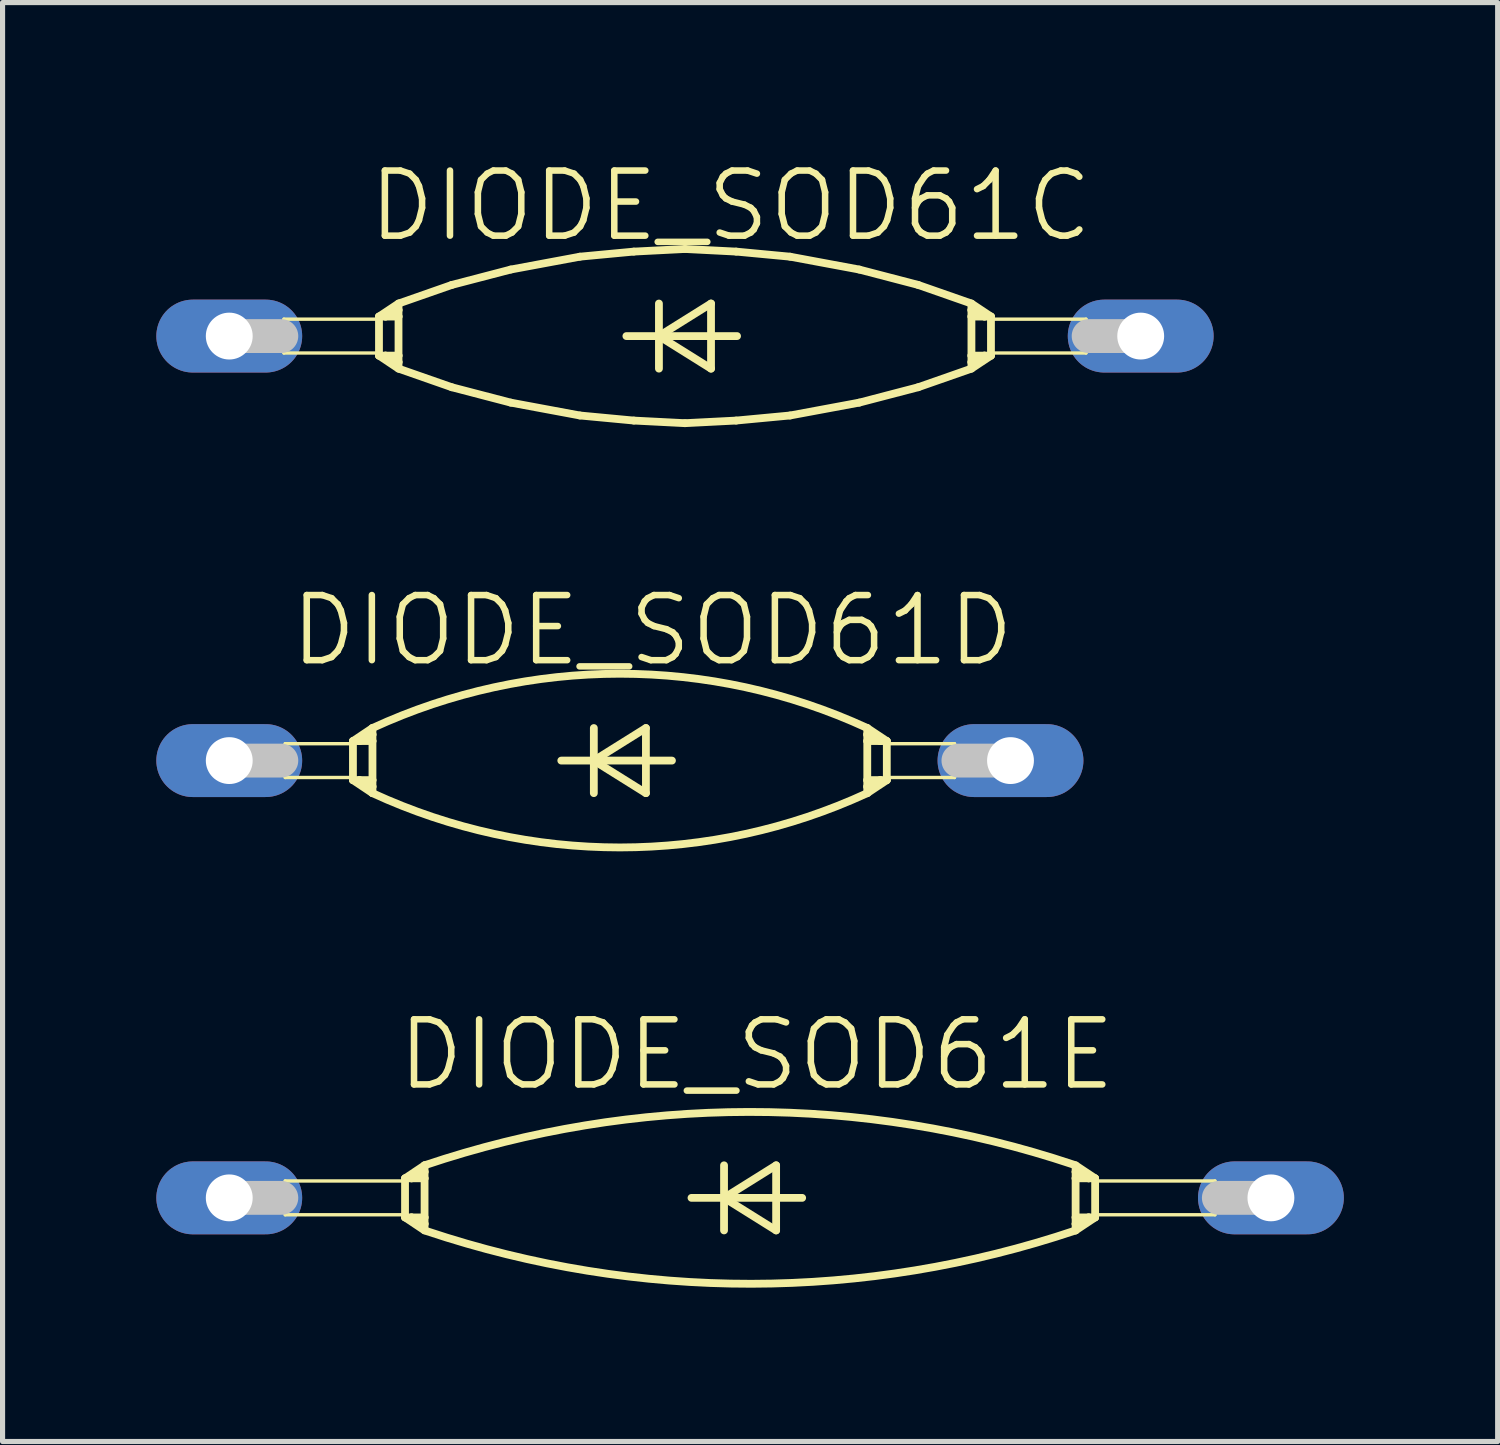
<source format=kicad_pcb>
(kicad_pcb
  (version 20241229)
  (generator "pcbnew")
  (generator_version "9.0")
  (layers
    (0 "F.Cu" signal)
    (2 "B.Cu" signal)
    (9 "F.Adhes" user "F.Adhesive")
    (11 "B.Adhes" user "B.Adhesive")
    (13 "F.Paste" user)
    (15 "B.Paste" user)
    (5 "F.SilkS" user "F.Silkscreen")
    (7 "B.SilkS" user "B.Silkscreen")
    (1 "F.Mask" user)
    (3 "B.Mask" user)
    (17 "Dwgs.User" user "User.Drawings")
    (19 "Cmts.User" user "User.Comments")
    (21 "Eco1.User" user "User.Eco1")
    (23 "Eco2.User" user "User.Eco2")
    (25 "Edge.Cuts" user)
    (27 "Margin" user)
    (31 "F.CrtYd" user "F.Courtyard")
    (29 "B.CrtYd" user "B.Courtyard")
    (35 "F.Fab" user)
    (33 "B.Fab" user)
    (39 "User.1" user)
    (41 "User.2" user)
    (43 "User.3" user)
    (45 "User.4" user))
  (footprint "DIODE_SOD61D"
    (layer "F.Cu")
    (at 9.042 11.787)
    (property "Reference" "DIODE_SOD61D" (at 0.635 -2.54 0) (layer "F.SilkS") (effects (font (size 1.27 1.27) (thickness 0.127))))
    (attr exclude_from_pos_files exclude_from_bom)
    (fp_line (start -6.528 -0.33) (end -5.207 -0.33) (stroke (width 0.066) (type solid)) (layer "F.SilkS"))
    (fp_line (start -6.528 0.33) (end -6.528 -0.33) (stroke (width 0.066) (type solid)) (layer "F.SilkS"))
    (fp_line (start -6.528 0.33) (end -5.207 0.33) (stroke (width 0.066) (type solid)) (layer "F.SilkS"))
    (fp_line (start -5.207 -0.381) (end -5.207 0.381) (stroke (width 0.152) (type solid)) (layer "F.SilkS"))
    (fp_line (start -5.207 -0.381) (end -5.08 -0.381) (stroke (width 0.152) (type solid)) (layer "F.SilkS"))
    (fp_line (start -5.207 -0.381) (end -4.826 -0.381) (stroke (width 0.066) (type solid)) (layer "F.SilkS"))
    (fp_line (start -5.207 0.33) (end -5.207 -0.33) (stroke (width 0.066) (type solid)) (layer "F.SilkS"))
    (fp_line (start -5.207 0.381) (end -5.207 -0.381) (stroke (width 0.066) (type solid)) (layer "F.SilkS"))
    (fp_line (start -5.207 0.381) (end -5.08 0.381) (stroke (width 0.152) (type solid)) (layer "F.SilkS"))
    (fp_line (start -5.207 0.381) (end -4.826 0.381) (stroke (width 0.066) (type solid)) (layer "F.SilkS"))
    (fp_line (start -5.207 0.381) (end -4.826 0.635) (stroke (width 0.152) (type solid)) (layer "F.SilkS"))
    (fp_line (start -5.08 -0.381) (end -4.826 -0.381) (stroke (width 0.152) (type solid)) (layer "F.SilkS"))
    (fp_line (start -5.08 0.381) (end -4.826 0.381) (stroke (width 0.152) (type solid)) (layer "F.SilkS"))
    (fp_line (start -4.826 -0.635) (end -5.207 -0.381) (stroke (width 0.152) (type solid)) (layer "F.SilkS"))
    (fp_line (start -4.826 -0.635) (end -4.826 -0.508) (stroke (width 0.152) (type solid)) (layer "F.SilkS"))
    (fp_line (start -4.826 -0.508) (end -5.08 -0.381) (stroke (width 0.152) (type solid)) (layer "F.SilkS"))
    (fp_line (start -4.826 -0.508) (end -4.826 -0.381) (stroke (width 0.152) (type solid)) (layer "F.SilkS"))
    (fp_line (start -4.826 -0.381) (end -4.826 0.381) (stroke (width 0.152) (type solid)) (layer "F.SilkS"))
    (fp_line (start -4.826 0.381) (end -4.826 -0.381) (stroke (width 0.066) (type solid)) (layer "F.SilkS"))
    (fp_line (start -4.826 0.381) (end -4.826 0.508) (stroke (width 0.152) (type solid)) (layer "F.SilkS"))
    (fp_line (start -4.826 0.508) (end -5.08 0.381) (stroke (width 0.152) (type solid)) (layer "F.SilkS"))
    (fp_line (start -4.826 0.508) (end -4.826 0.635) (stroke (width 0.152) (type solid)) (layer "F.SilkS"))
    (fp_line (start -1.143 0) (end -0.508 0) (stroke (width 0.152) (type solid)) (layer "F.SilkS"))
    (fp_line (start -0.508 -0.635) (end -0.508 0) (stroke (width 0.152) (type solid)) (layer "F.SilkS"))
    (fp_line (start -0.508 0) (end -0.508 0.635) (stroke (width 0.152) (type solid)) (layer "F.SilkS"))
    (fp_line (start -0.508 0) (end 0.508 -0.635) (stroke (width 0.152) (type solid)) (layer "F.SilkS"))
    (fp_line (start -0.508 0) (end 1.016 0) (stroke (width 0.152) (type solid)) (layer "F.SilkS"))
    (fp_line (start 0.508 -0.635) (end 0.508 0.635) (stroke (width 0.152) (type solid)) (layer "F.SilkS"))
    (fp_line (start 0.508 0.635) (end -0.508 0) (stroke (width 0.152) (type solid)) (layer "F.SilkS"))
    (fp_line (start 4.826 -0.635) (end 5.207 -0.381) (stroke (width 0.152) (type solid)) (layer "F.SilkS"))
    (fp_line (start 4.826 -0.508) (end 4.826 -0.635) (stroke (width 0.152) (type solid)) (layer "F.SilkS"))
    (fp_line (start 4.826 -0.508) (end 5.08 -0.381) (stroke (width 0.152) (type solid)) (layer "F.SilkS"))
    (fp_line (start 4.826 -0.381) (end 4.826 -0.508) (stroke (width 0.152) (type solid)) (layer "F.SilkS"))
    (fp_line (start 4.826 -0.381) (end 5.207 -0.381) (stroke (width 0.066) (type solid)) (layer "F.SilkS"))
    (fp_line (start 4.826 0.381) (end 4.826 -0.381) (stroke (width 0.066) (type solid)) (layer "F.SilkS"))
    (fp_line (start 4.826 0.381) (end 4.826 -0.381) (stroke (width 0.152) (type solid)) (layer "F.SilkS"))
    (fp_line (start 4.826 0.381) (end 5.207 0.381) (stroke (width 0.066) (type solid)) (layer "F.SilkS"))
    (fp_line (start 4.826 0.508) (end 4.826 0.381) (stroke (width 0.152) (type solid)) (layer "F.SilkS"))
    (fp_line (start 4.826 0.508) (end 5.08 0.381) (stroke (width 0.152) (type solid)) (layer "F.SilkS"))
    (fp_line (start 4.826 0.635) (end 4.826 0.508) (stroke (width 0.152) (type solid)) (layer "F.SilkS"))
    (fp_line (start 4.826 0.635) (end 5.207 0.381) (stroke (width 0.152) (type solid)) (layer "F.SilkS"))
    (fp_line (start 5.08 -0.381) (end 4.826 -0.381) (stroke (width 0.152) (type solid)) (layer "F.SilkS"))
    (fp_line (start 5.08 0.381) (end 4.826 0.381) (stroke (width 0.152) (type solid)) (layer "F.SilkS"))
    (fp_line (start 5.207 -0.381) (end 5.08 -0.381) (stroke (width 0.152) (type solid)) (layer "F.SilkS"))
    (fp_line (start 5.207 -0.381) (end 5.207 0.381) (stroke (width 0.152) (type solid)) (layer "F.SilkS"))
    (fp_line (start 5.207 -0.33) (end 6.528 -0.33) (stroke (width 0.066) (type solid)) (layer "F.SilkS"))
    (fp_line (start 5.207 0.33) (end 5.207 -0.33) (stroke (width 0.066) (type solid)) (layer "F.SilkS"))
    (fp_line (start 5.207 0.33) (end 6.528 0.33) (stroke (width 0.066) (type solid)) (layer "F.SilkS"))
    (fp_line (start 5.207 0.381) (end 5.08 0.381) (stroke (width 0.152) (type solid)) (layer "F.SilkS"))
    (fp_line (start 5.207 0.381) (end 5.207 -0.381) (stroke (width 0.066) (type solid)) (layer "F.SilkS"))
    (fp_line (start 6.528 0.33) (end 6.528 -0.33) (stroke (width 0.066) (type solid)) (layer "F.SilkS"))
    (fp_arc (start -4.826 -0.635) (mid -0.001509 -1.694189) (end 4.82326 -0.636263) (stroke (width 0.1524) (type solid)) (layer "F.SilkS"))
    (fp_arc (start 4.826 0.635) (mid 0.001509 1.694189) (end -4.82326 0.636263) (stroke (width 0.1524) (type solid)) (layer "F.SilkS"))
    (fp_line (start -7.62 0) (end -6.604 0) (stroke (width 0.66) (type solid)) (layer "Dwgs.User"))
    (fp_line (start 7.62 0) (end 6.604 0) (stroke (width 0.66) (type solid)) (layer "Dwgs.User"))
    (pad "A" thru_hole oval (at 7.62 0 90) (size 1.422 2.845) (drill 0.914) (layers "*.Cu" "*.Paste" "*.Mask"))
    (pad "C" thru_hole oval (at -7.62 0 90) (size 1.422 2.845) (drill 0.914) (layers "*.Cu" "*.Paste" "*.Mask")))
  (footprint "DIODE_SOD61C"
    (layer "F.Cu")
    (at 10.312 3.506)
    (property "Reference" "DIODE_SOD61C" (at 0.889 -2.54 0) (layer "F.SilkS") (effects (font (size 1.27 1.27) (thickness 0.127))))
    (attr exclude_from_pos_files exclude_from_bom)
    (fp_line (start -7.823 -0.33) (end -5.969 -0.33) (stroke (width 0.066) (type solid)) (layer "F.SilkS"))
    (fp_line (start -7.823 0.33) (end -7.823 -0.33) (stroke (width 0.066) (type solid)) (layer "F.SilkS"))
    (fp_line (start -7.823 0.33) (end -5.969 0.33) (stroke (width 0.066) (type solid)) (layer "F.SilkS"))
    (fp_line (start -5.969 -0.381) (end -5.969 0.381) (stroke (width 0.152) (type solid)) (layer "F.SilkS"))
    (fp_line (start -5.969 -0.381) (end -5.842 -0.381) (stroke (width 0.152) (type solid)) (layer "F.SilkS"))
    (fp_line (start -5.969 -0.381) (end -5.588 -0.381) (stroke (width 0.066) (type solid)) (layer "F.SilkS"))
    (fp_line (start -5.969 0.33) (end -5.969 -0.33) (stroke (width 0.066) (type solid)) (layer "F.SilkS"))
    (fp_line (start -5.969 0.381) (end -5.969 -0.381) (stroke (width 0.066) (type solid)) (layer "F.SilkS"))
    (fp_line (start -5.969 0.381) (end -5.842 0.381) (stroke (width 0.152) (type solid)) (layer "F.SilkS"))
    (fp_line (start -5.969 0.381) (end -5.588 0.381) (stroke (width 0.066) (type solid)) (layer "F.SilkS"))
    (fp_line (start -5.969 0.381) (end -5.588 0.635) (stroke (width 0.152) (type solid)) (layer "F.SilkS"))
    (fp_line (start -5.842 -0.381) (end -5.588 -0.381) (stroke (width 0.152) (type solid)) (layer "F.SilkS"))
    (fp_line (start -5.842 0.381) (end -5.588 0.381) (stroke (width 0.152) (type solid)) (layer "F.SilkS"))
    (fp_line (start -5.588 -0.635) (end -5.969 -0.381) (stroke (width 0.152) (type solid)) (layer "F.SilkS"))
    (fp_line (start -5.588 -0.635) (end -5.588 -0.508) (stroke (width 0.152) (type solid)) (layer "F.SilkS"))
    (fp_line (start -5.588 -0.508) (end -5.842 -0.381) (stroke (width 0.152) (type solid)) (layer "F.SilkS"))
    (fp_line (start -5.588 -0.508) (end -5.588 -0.381) (stroke (width 0.152) (type solid)) (layer "F.SilkS"))
    (fp_line (start -5.588 -0.381) (end -5.588 0.381) (stroke (width 0.152) (type solid)) (layer "F.SilkS"))
    (fp_line (start -5.588 0.381) (end -5.588 -0.381) (stroke (width 0.066) (type solid)) (layer "F.SilkS"))
    (fp_line (start -5.588 0.381) (end -5.588 0.508) (stroke (width 0.152) (type solid)) (layer "F.SilkS"))
    (fp_line (start -5.588 0.508) (end -5.842 0.381) (stroke (width 0.152) (type solid)) (layer "F.SilkS"))
    (fp_line (start -5.588 0.508) (end -5.588 0.635) (stroke (width 0.152) (type solid)) (layer "F.SilkS"))
    (fp_line (start -5.55 -0.648) (end -4.549 -0.998) (stroke (width 0.152) (type solid)) (layer "F.SilkS"))
    (fp_line (start -5.55 0.648) (end -4.549 0.998) (stroke (width 0.152) (type solid)) (layer "F.SilkS"))
    (fp_line (start -4.549 -0.998) (end -3.399 -1.298) (stroke (width 0.152) (type solid)) (layer "F.SilkS"))
    (fp_line (start -4.549 0.998) (end -3.399 1.298) (stroke (width 0.152) (type solid)) (layer "F.SilkS"))
    (fp_line (start -3.399 -1.298) (end -2.05 -1.549) (stroke (width 0.152) (type solid)) (layer "F.SilkS"))
    (fp_line (start -3.399 1.298) (end -2.05 1.549) (stroke (width 0.152) (type solid)) (layer "F.SilkS"))
    (fp_line (start -2.05 -1.549) (end -0.998 -1.648) (stroke (width 0.152) (type solid)) (layer "F.SilkS"))
    (fp_line (start -2.05 1.549) (end -0.998 1.648) (stroke (width 0.152) (type solid)) (layer "F.SilkS"))
    (fp_line (start -1.143 0) (end -0.508 0) (stroke (width 0.152) (type solid)) (layer "F.SilkS"))
    (fp_line (start -0.998 -1.648) (end 0 -1.699) (stroke (width 0.152) (type solid)) (layer "F.SilkS"))
    (fp_line (start -0.998 1.648) (end 0 1.699) (stroke (width 0.152) (type solid)) (layer "F.SilkS"))
    (fp_line (start -0.508 -0.635) (end -0.508 0) (stroke (width 0.152) (type solid)) (layer "F.SilkS"))
    (fp_line (start -0.508 0) (end -0.508 0.635) (stroke (width 0.152) (type solid)) (layer "F.SilkS"))
    (fp_line (start -0.508 0) (end 0.508 -0.635) (stroke (width 0.152) (type solid)) (layer "F.SilkS"))
    (fp_line (start -0.508 0) (end 1.016 0) (stroke (width 0.152) (type solid)) (layer "F.SilkS"))
    (fp_line (start 0.508 -0.635) (end 0.508 0.635) (stroke (width 0.152) (type solid)) (layer "F.SilkS"))
    (fp_line (start 0.508 0.635) (end -0.508 0) (stroke (width 0.152) (type solid)) (layer "F.SilkS"))
    (fp_line (start 0.998 -1.648) (end 0 -1.699) (stroke (width 0.152) (type solid)) (layer "F.SilkS"))
    (fp_line (start 0.998 1.648) (end 0 1.699) (stroke (width 0.152) (type solid)) (layer "F.SilkS"))
    (fp_line (start 2.05 -1.549) (end 0.998 -1.648) (stroke (width 0.152) (type solid)) (layer "F.SilkS"))
    (fp_line (start 2.05 1.549) (end 0.998 1.648) (stroke (width 0.152) (type solid)) (layer "F.SilkS"))
    (fp_line (start 3.399 -1.298) (end 2.05 -1.549) (stroke (width 0.152) (type solid)) (layer "F.SilkS"))
    (fp_line (start 3.399 1.298) (end 2.05 1.549) (stroke (width 0.152) (type solid)) (layer "F.SilkS"))
    (fp_line (start 4.549 -0.998) (end 3.399 -1.298) (stroke (width 0.152) (type solid)) (layer "F.SilkS"))
    (fp_line (start 4.549 0.998) (end 3.399 1.298) (stroke (width 0.152) (type solid)) (layer "F.SilkS"))
    (fp_line (start 5.55 -0.648) (end 4.549 -0.998) (stroke (width 0.152) (type solid)) (layer "F.SilkS"))
    (fp_line (start 5.55 0.648) (end 4.549 0.998) (stroke (width 0.152) (type solid)) (layer "F.SilkS"))
    (fp_line (start 5.588 -0.635) (end 5.969 -0.381) (stroke (width 0.152) (type solid)) (layer "F.SilkS"))
    (fp_line (start 5.588 -0.508) (end 5.588 -0.635) (stroke (width 0.152) (type solid)) (layer "F.SilkS"))
    (fp_line (start 5.588 -0.508) (end 5.842 -0.381) (stroke (width 0.152) (type solid)) (layer "F.SilkS"))
    (fp_line (start 5.588 -0.381) (end 5.588 -0.508) (stroke (width 0.152) (type solid)) (layer "F.SilkS"))
    (fp_line (start 5.588 -0.381) (end 5.969 -0.381) (stroke (width 0.066) (type solid)) (layer "F.SilkS"))
    (fp_line (start 5.588 0.381) (end 5.588 -0.381) (stroke (width 0.066) (type solid)) (layer "F.SilkS"))
    (fp_line (start 5.588 0.381) (end 5.588 -0.381) (stroke (width 0.152) (type solid)) (layer "F.SilkS"))
    (fp_line (start 5.588 0.381) (end 5.969 0.381) (stroke (width 0.066) (type solid)) (layer "F.SilkS"))
    (fp_line (start 5.588 0.508) (end 5.588 0.381) (stroke (width 0.152) (type solid)) (layer "F.SilkS"))
    (fp_line (start 5.588 0.508) (end 5.842 0.381) (stroke (width 0.152) (type solid)) (layer "F.SilkS"))
    (fp_line (start 5.588 0.635) (end 5.588 0.508) (stroke (width 0.152) (type solid)) (layer "F.SilkS"))
    (fp_line (start 5.588 0.635) (end 5.969 0.381) (stroke (width 0.152) (type solid)) (layer "F.SilkS"))
    (fp_line (start 5.842 -0.381) (end 5.588 -0.381) (stroke (width 0.152) (type solid)) (layer "F.SilkS"))
    (fp_line (start 5.842 0.381) (end 5.588 0.381) (stroke (width 0.152) (type solid)) (layer "F.SilkS"))
    (fp_line (start 5.969 -0.381) (end 5.842 -0.381) (stroke (width 0.152) (type solid)) (layer "F.SilkS"))
    (fp_line (start 5.969 -0.381) (end 5.969 0.381) (stroke (width 0.152) (type solid)) (layer "F.SilkS"))
    (fp_line (start 5.969 -0.33) (end 7.823 -0.33) (stroke (width 0.066) (type solid)) (layer "F.SilkS"))
    (fp_line (start 5.969 0.33) (end 5.969 -0.33) (stroke (width 0.066) (type solid)) (layer "F.SilkS"))
    (fp_line (start 5.969 0.33) (end 7.823 0.33) (stroke (width 0.066) (type solid)) (layer "F.SilkS"))
    (fp_line (start 5.969 0.381) (end 5.842 0.381) (stroke (width 0.152) (type solid)) (layer "F.SilkS"))
    (fp_line (start 5.969 0.381) (end 5.969 -0.381) (stroke (width 0.066) (type solid)) (layer "F.SilkS"))
    (fp_line (start 7.823 0.33) (end 7.823 -0.33) (stroke (width 0.066) (type solid)) (layer "F.SilkS"))
    (fp_line (start -8.89 0) (end -7.874 0) (stroke (width 0.66) (type solid)) (layer "Dwgs.User"))
    (fp_line (start 8.89 0) (end 7.874 0) (stroke (width 0.66) (type solid)) (layer "Dwgs.User"))
    (pad "A" thru_hole oval (at 8.89 0 90) (size 1.422 2.845) (drill 0.914) (layers "*.Cu" "*.Paste" "*.Mask"))
    (pad "C" thru_hole oval (at -8.89 0 90) (size 1.422 2.845) (drill 0.914) (layers "*.Cu" "*.Paste" "*.Mask")))
  (footprint "DIODE_SOD61E"
    (layer "F.Cu")
    (at 11.582 20.317)
    (property "Reference" "DIODE_SOD61E" (at 0.127 -2.794 0) (layer "F.SilkS") (effects (font (size 1.27 1.27) (thickness 0.127))))
    (attr exclude_from_pos_files exclude_from_bom)
    (fp_line (start -9.068 -0.33) (end -6.731 -0.33) (stroke (width 0.066) (type solid)) (layer "F.SilkS"))
    (fp_line (start -9.068 0.33) (end -9.068 -0.33) (stroke (width 0.066) (type solid)) (layer "F.SilkS"))
    (fp_line (start -9.068 0.33) (end -6.731 0.33) (stroke (width 0.066) (type solid)) (layer "F.SilkS"))
    (fp_line (start -6.731 -0.381) (end -6.731 0.381) (stroke (width 0.152) (type solid)) (layer "F.SilkS"))
    (fp_line (start -6.731 -0.381) (end -6.604 -0.381) (stroke (width 0.152) (type solid)) (layer "F.SilkS"))
    (fp_line (start -6.731 -0.381) (end -6.35 -0.381) (stroke (width 0.066) (type solid)) (layer "F.SilkS"))
    (fp_line (start -6.731 0.33) (end -6.731 -0.33) (stroke (width 0.066) (type solid)) (layer "F.SilkS"))
    (fp_line (start -6.731 0.381) (end -6.731 -0.381) (stroke (width 0.066) (type solid)) (layer "F.SilkS"))
    (fp_line (start -6.731 0.381) (end -6.604 0.381) (stroke (width 0.152) (type solid)) (layer "F.SilkS"))
    (fp_line (start -6.731 0.381) (end -6.35 0.381) (stroke (width 0.066) (type solid)) (layer "F.SilkS"))
    (fp_line (start -6.731 0.381) (end -6.35 0.635) (stroke (width 0.152) (type solid)) (layer "F.SilkS"))
    (fp_line (start -6.604 -0.381) (end -6.35 -0.381) (stroke (width 0.152) (type solid)) (layer "F.SilkS"))
    (fp_line (start -6.604 0.381) (end -6.35 0.381) (stroke (width 0.152) (type solid)) (layer "F.SilkS"))
    (fp_line (start -6.35 -0.635) (end -6.731 -0.381) (stroke (width 0.152) (type solid)) (layer "F.SilkS"))
    (fp_line (start -6.35 -0.635) (end -6.35 -0.508) (stroke (width 0.152) (type solid)) (layer "F.SilkS"))
    (fp_line (start -6.35 -0.508) (end -6.604 -0.381) (stroke (width 0.152) (type solid)) (layer "F.SilkS"))
    (fp_line (start -6.35 -0.508) (end -6.35 -0.381) (stroke (width 0.152) (type solid)) (layer "F.SilkS"))
    (fp_line (start -6.35 -0.381) (end -6.35 0.381) (stroke (width 0.152) (type solid)) (layer "F.SilkS"))
    (fp_line (start -6.35 0.381) (end -6.35 -0.381) (stroke (width 0.066) (type solid)) (layer "F.SilkS"))
    (fp_line (start -6.35 0.381) (end -6.35 0.508) (stroke (width 0.152) (type solid)) (layer "F.SilkS"))
    (fp_line (start -6.35 0.508) (end -6.604 0.381) (stroke (width 0.152) (type solid)) (layer "F.SilkS"))
    (fp_line (start -6.35 0.508) (end -6.35 0.635) (stroke (width 0.152) (type solid)) (layer "F.SilkS"))
    (fp_line (start -1.143 0) (end -0.508 0) (stroke (width 0.152) (type solid)) (layer "F.SilkS"))
    (fp_line (start -0.508 -0.635) (end -0.508 0) (stroke (width 0.152) (type solid)) (layer "F.SilkS"))
    (fp_line (start -0.508 0) (end -0.508 0.635) (stroke (width 0.152) (type solid)) (layer "F.SilkS"))
    (fp_line (start -0.508 0) (end 0.508 -0.635) (stroke (width 0.152) (type solid)) (layer "F.SilkS"))
    (fp_line (start -0.508 0) (end 1.016 0) (stroke (width 0.152) (type solid)) (layer "F.SilkS"))
    (fp_line (start 0.508 -0.635) (end 0.508 0.635) (stroke (width 0.152) (type solid)) (layer "F.SilkS"))
    (fp_line (start 0.508 0.635) (end -0.508 0) (stroke (width 0.152) (type solid)) (layer "F.SilkS"))
    (fp_line (start 6.35 -0.635) (end 6.731 -0.381) (stroke (width 0.152) (type solid)) (layer "F.SilkS"))
    (fp_line (start 6.35 -0.508) (end 6.35 -0.635) (stroke (width 0.152) (type solid)) (layer "F.SilkS"))
    (fp_line (start 6.35 -0.508) (end 6.604 -0.381) (stroke (width 0.152) (type solid)) (layer "F.SilkS"))
    (fp_line (start 6.35 -0.381) (end 6.35 -0.508) (stroke (width 0.152) (type solid)) (layer "F.SilkS"))
    (fp_line (start 6.35 -0.381) (end 6.731 -0.381) (stroke (width 0.066) (type solid)) (layer "F.SilkS"))
    (fp_line (start 6.35 0.381) (end 6.35 -0.381) (stroke (width 0.066) (type solid)) (layer "F.SilkS"))
    (fp_line (start 6.35 0.381) (end 6.35 -0.381) (stroke (width 0.152) (type solid)) (layer "F.SilkS"))
    (fp_line (start 6.35 0.381) (end 6.731 0.381) (stroke (width 0.066) (type solid)) (layer "F.SilkS"))
    (fp_line (start 6.35 0.508) (end 6.35 0.381) (stroke (width 0.152) (type solid)) (layer "F.SilkS"))
    (fp_line (start 6.35 0.508) (end 6.604 0.381) (stroke (width 0.152) (type solid)) (layer "F.SilkS"))
    (fp_line (start 6.35 0.635) (end 6.35 0.508) (stroke (width 0.152) (type solid)) (layer "F.SilkS"))
    (fp_line (start 6.35 0.635) (end 6.731 0.381) (stroke (width 0.152) (type solid)) (layer "F.SilkS"))
    (fp_line (start 6.604 -0.381) (end 6.35 -0.381) (stroke (width 0.152) (type solid)) (layer "F.SilkS"))
    (fp_line (start 6.604 0.381) (end 6.35 0.381) (stroke (width 0.152) (type solid)) (layer "F.SilkS"))
    (fp_line (start 6.731 -0.381) (end 6.604 -0.381) (stroke (width 0.152) (type solid)) (layer "F.SilkS"))
    (fp_line (start 6.731 -0.381) (end 6.731 0.381) (stroke (width 0.152) (type solid)) (layer "F.SilkS"))
    (fp_line (start 6.731 -0.33) (end 9.068 -0.33) (stroke (width 0.066) (type solid)) (layer "F.SilkS"))
    (fp_line (start 6.731 0.33) (end 6.731 -0.33) (stroke (width 0.066) (type solid)) (layer "F.SilkS"))
    (fp_line (start 6.731 0.33) (end 9.068 0.33) (stroke (width 0.066) (type solid)) (layer "F.SilkS"))
    (fp_line (start 6.731 0.381) (end 6.604 0.381) (stroke (width 0.152) (type solid)) (layer "F.SilkS"))
    (fp_line (start 6.731 0.381) (end 6.731 -0.381) (stroke (width 0.066) (type solid)) (layer "F.SilkS"))
    (fp_line (start 9.068 0.33) (end 9.068 -0.33) (stroke (width 0.066) (type solid)) (layer "F.SilkS"))
    (fp_arc (start -6.35 -0.635) (mid -0.024323 -1.67598) (end 6.303882 -0.650476) (stroke (width 0.1524) (type solid)) (layer "F.SilkS"))
    (fp_arc (start 6.35 0.635) (mid 0.024323 1.67598) (end -6.303882 0.650476) (stroke (width 0.1524) (type solid)) (layer "F.SilkS"))
    (fp_line (start -10.16 0) (end -9.144 0) (stroke (width 0.66) (type solid)) (layer "Dwgs.User"))
    (fp_line (start 10.16 0) (end 9.144 0) (stroke (width 0.66) (type solid)) (layer "Dwgs.User"))
    (pad "A" thru_hole oval (at 10.16 0 90) (size 1.422 2.845) (drill 0.914) (layers "*.Cu" "*.Paste" "*.Mask"))
    (pad "C" thru_hole oval (at -10.16 0 90) (size 1.422 2.845) (drill 0.914) (layers "*.Cu" "*.Paste" "*.Mask")))
  (gr_rect
    (start -3 -3)
    (end 26.165 25.07)
    (stroke (width 0.1) (type default))
    (fill no)
    (layer "Edge.Cuts")))
</source>
